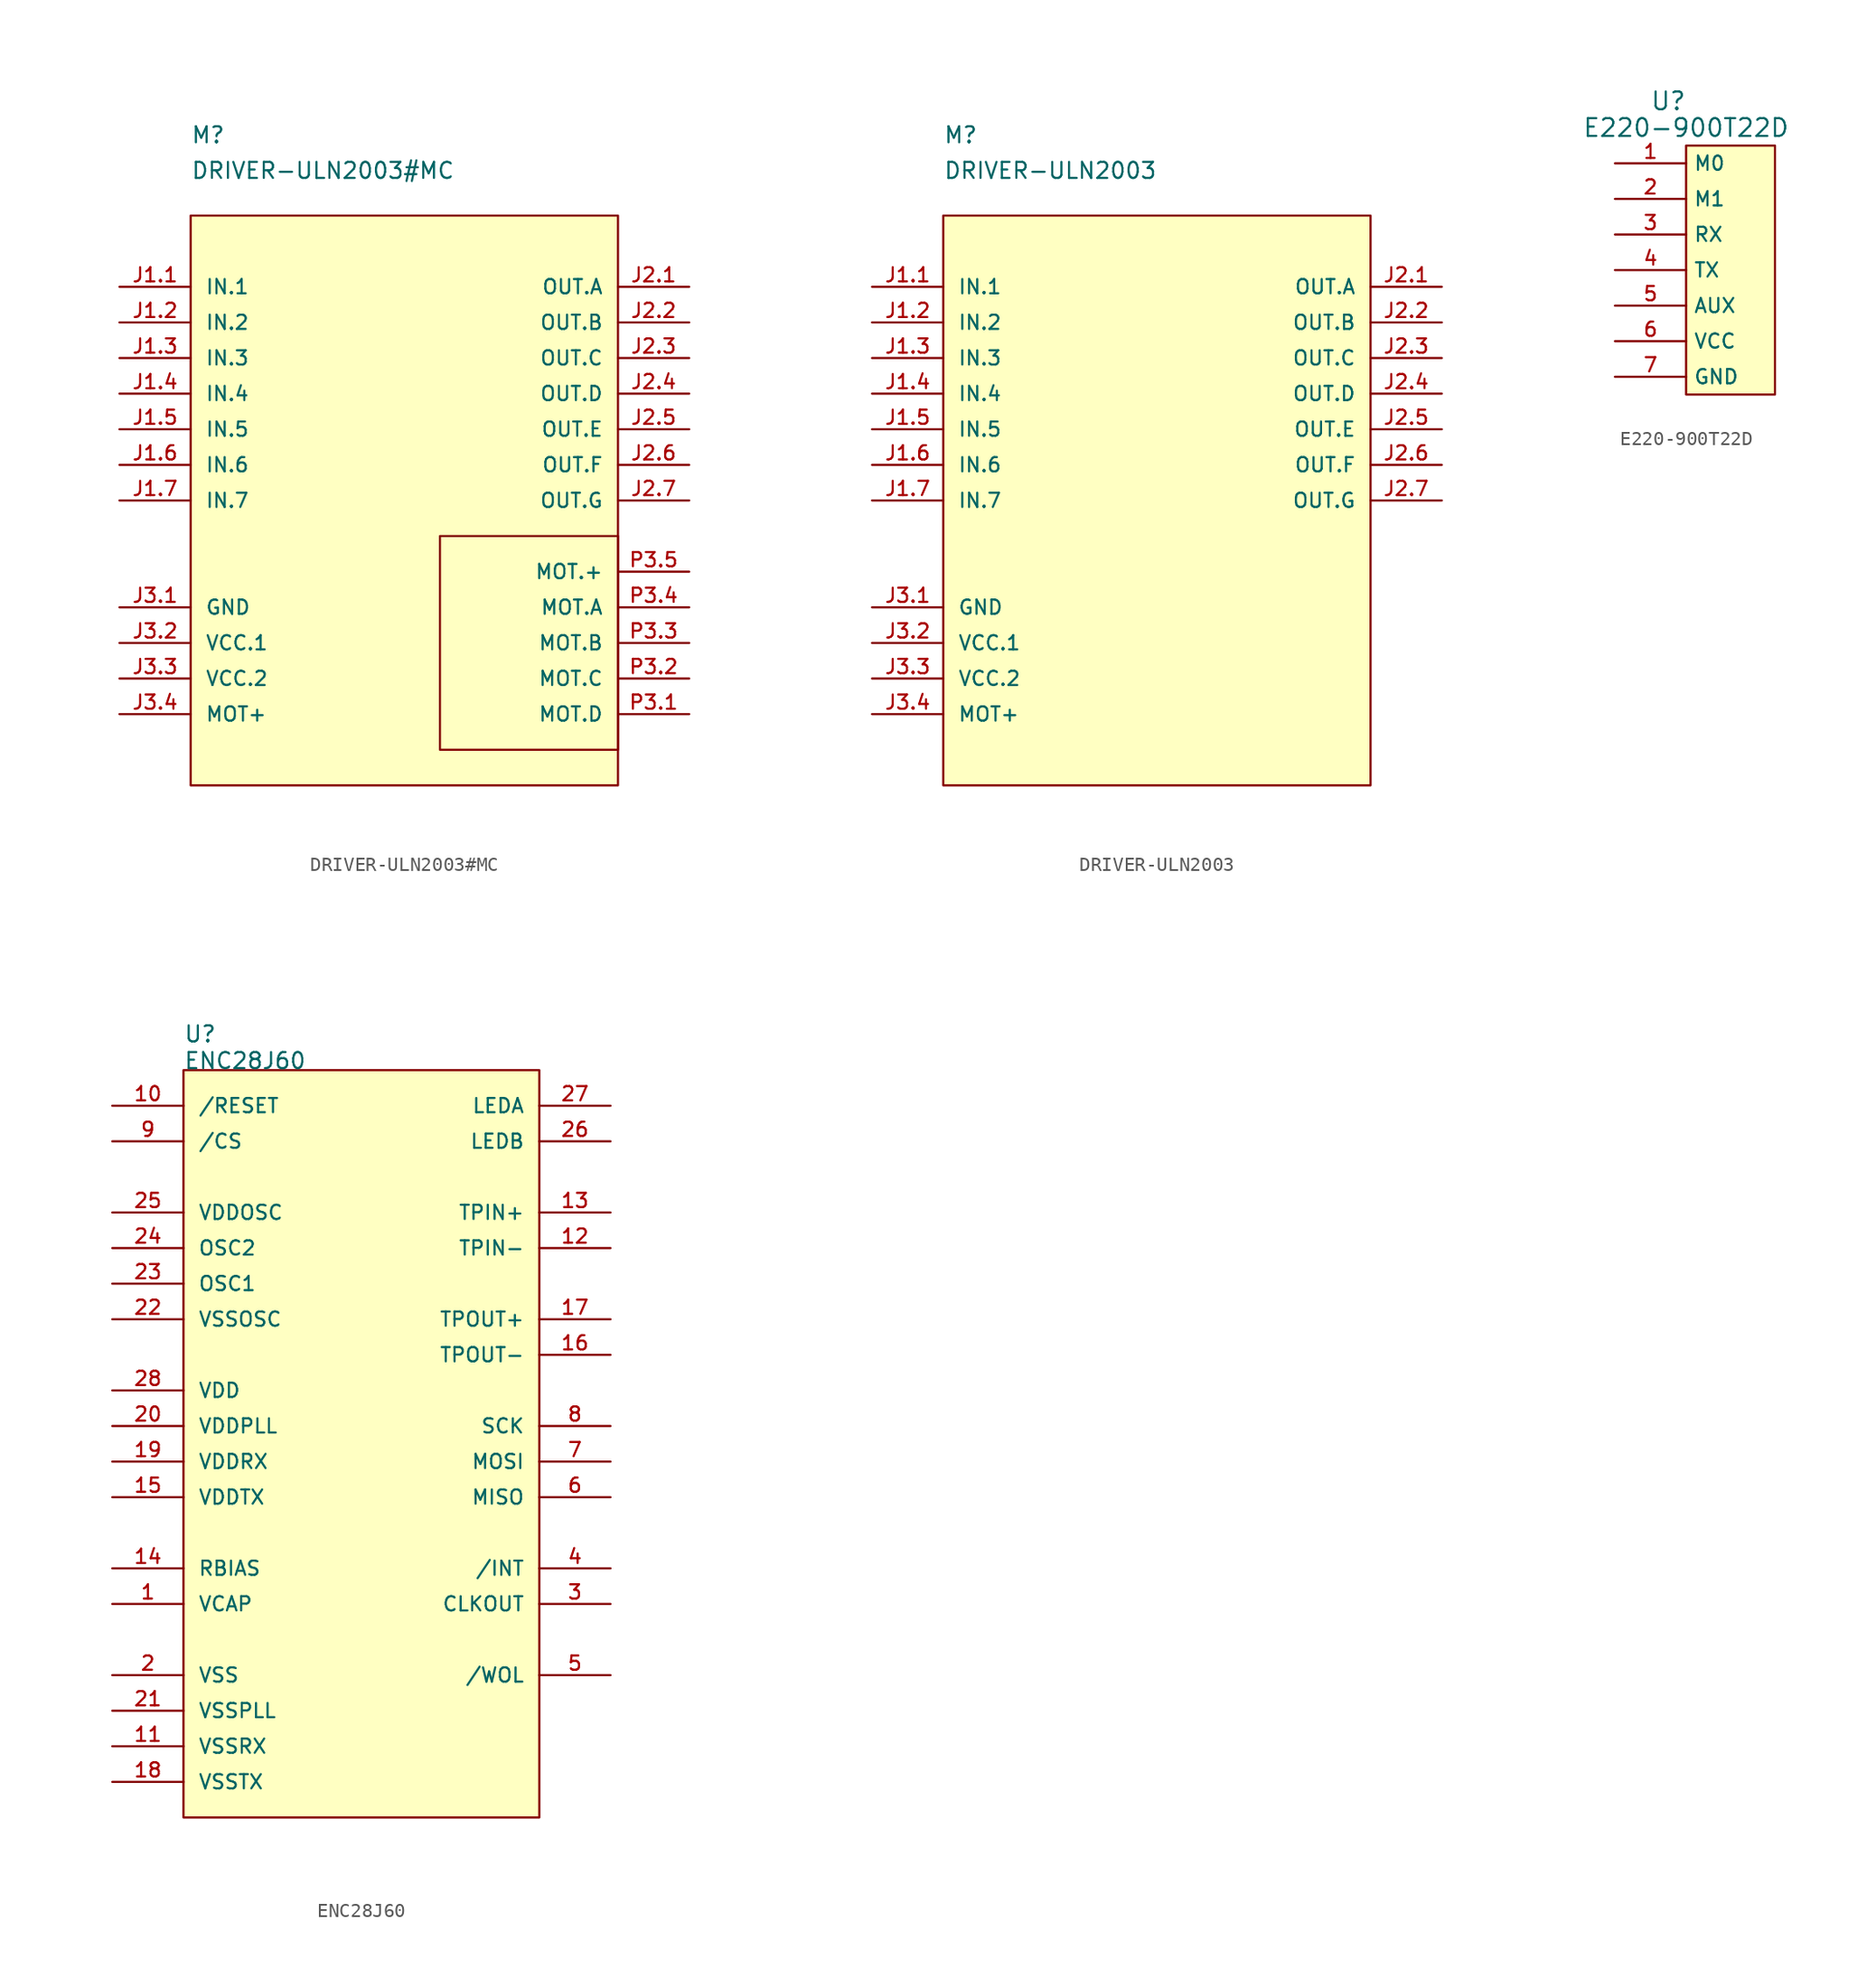
<source format=kicad_sym>
(kicad_symbol_lib
  (version 20211014)
  (generator kicad_symbol_editor)
  (symbol "DRIVER-ULN2003#MC"
    (pin_names
      (offset 1.016))
    (property "Reference" "M"
      (at -15.24 25.4 0)
      (effects (font (size 1.143 1.143)) (justify left bottom)))
    (property "Value" "DRIVER-ULN2003#MC"
      (at -15.24 22.86 0)
      (effects (font (size 1.143 1.143)) (justify left bottom)))
    (property "ki_locked" ""
      (at 0 0 0)
      (effects (font (size 1.27 1.27))))
    (symbol "DRIVER-ULN2003#MC_1_0"
      (rectangle (start -15.24 20.32) (end 15.24 -20.32) (stroke (width 0) (type default) (color 0 0 0 0)) (fill (type background)))
      (rectangle (start 2.54 -2.54) (end 15.24 -17.78) (stroke (width 0) (type default) (color 0 0 0 0)) (fill (type none))))
    (symbol "DRIVER-ULN2003#MC_1_1"
      (pin bidirectional line (at -20.32 15.24 0) (length 5.08) (name "IN.1" (effects (font (size 1.016 1.016)))) (number "J1.1" (effects (font (size 1.016 1.016)))))
      (pin bidirectional line (at -20.32 12.7 0) (length 5.08) (name "IN.2" (effects (font (size 1.016 1.016)))) (number "J1.2" (effects (font (size 1.016 1.016)))))
      (pin bidirectional line (at -20.32 10.16 0) (length 5.08) (name "IN.3" (effects (font (size 1.016 1.016)))) (number "J1.3" (effects (font (size 1.016 1.016)))))
      (pin bidirectional line (at -20.32 7.62 0) (length 5.08) (name "IN.4" (effects (font (size 1.016 1.016)))) (number "J1.4" (effects (font (size 1.016 1.016)))))
      (pin bidirectional line (at -20.32 5.08 0) (length 5.08) (name "IN.5" (effects (font (size 1.016 1.016)))) (number "J1.5" (effects (font (size 1.016 1.016)))))
      (pin bidirectional line (at -20.32 2.54 0) (length 5.08) (name "IN.6" (effects (font (size 1.016 1.016)))) (number "J1.6" (effects (font (size 1.016 1.016)))))
      (pin bidirectional line (at -20.32 0 0) (length 5.08) (name "IN.7" (effects (font (size 1.016 1.016)))) (number "J1.7" (effects (font (size 1.016 1.016)))))
      (pin bidirectional line (at 20.32 15.24 180) (length 5.08) (name "OUT.A" (effects (font (size 1.016 1.016)))) (number "J2.1" (effects (font (size 1.016 1.016)))))
      (pin bidirectional line (at 20.32 12.7 180) (length 5.08) (name "OUT.B" (effects (font (size 1.016 1.016)))) (number "J2.2" (effects (font (size 1.016 1.016)))))
      (pin bidirectional line (at 20.32 10.16 180) (length 5.08) (name "OUT.C" (effects (font (size 1.016 1.016)))) (number "J2.3" (effects (font (size 1.016 1.016)))))
      (pin bidirectional line (at 20.32 7.62 180) (length 5.08) (name "OUT.D" (effects (font (size 1.016 1.016)))) (number "J2.4" (effects (font (size 1.016 1.016)))))
      (pin bidirectional line (at 20.32 5.08 180) (length 5.08) (name "OUT.E" (effects (font (size 1.016 1.016)))) (number "J2.5" (effects (font (size 1.016 1.016)))))
      (pin bidirectional line (at 20.32 2.54 180) (length 5.08) (name "OUT.F" (effects (font (size 1.016 1.016)))) (number "J2.6" (effects (font (size 1.016 1.016)))))
      (pin bidirectional line (at 20.32 0 180) (length 5.08) (name "OUT.G" (effects (font (size 1.016 1.016)))) (number "J2.7" (effects (font (size 1.016 1.016)))))
      (pin power_in line (at -20.32 -7.62 0) (length 5.08) (name "GND" (effects (font (size 1.016 1.016)))) (number "J3.1" (effects (font (size 1.016 1.016)))))
      (pin power_in line (at -20.32 -10.16 0) (length 5.08) (name "VCC.1" (effects (font (size 1.016 1.016)))) (number "J3.2" (effects (font (size 1.016 1.016)))))
      (pin bidirectional line (at -20.32 -12.7 0) (length 5.08) (name "VCC.2" (effects (font (size 1.016 1.016)))) (number "J3.3" (effects (font (size 1.016 1.016)))))
      (pin bidirectional line (at -20.32 -15.24 0) (length 5.08) (name "MOT+" (effects (font (size 1.016 1.016)))) (number "J3.4" (effects (font (size 1.016 1.016)))))
      (pin bidirectional line (at 20.32 -15.24 180) (length 5.08) (name "MOT.D" (effects (font (size 1.016 1.016)))) (number "P3.1" (effects (font (size 1.016 1.016)))))
      (pin bidirectional line (at 20.32 -12.7 180) (length 5.08) (name "MOT.C" (effects (font (size 1.016 1.016)))) (number "P3.2" (effects (font (size 1.016 1.016)))))
      (pin bidirectional line (at 20.32 -10.16 180) (length 5.08) (name "MOT.B" (effects (font (size 1.016 1.016)))) (number "P3.3" (effects (font (size 1.016 1.016)))))
      (pin bidirectional line (at 20.32 -7.62 180) (length 5.08) (name "MOT.A" (effects (font (size 1.016 1.016)))) (number "P3.4" (effects (font (size 1.016 1.016)))))
      (pin bidirectional line (at 20.32 -5.08 180) (length 5.08) (name "MOT.+" (effects (font (size 1.016 1.016)))) (number "P3.5" (effects (font (size 1.016 1.016)))))))
  (symbol "DRIVER-ULN2003"
    (pin_names
      (offset 1.016))
    (property "Reference" "M"
      (at -15.24 25.4 0)
      (effects (font (size 1.143 1.143)) (justify left bottom)))
    (property "Value" "DRIVER-ULN2003"
      (at -15.24 22.86 0)
      (effects (font (size 1.143 1.143)) (justify left bottom)))
    (property "ki_locked" ""
      (at 0 0 0)
      (effects (font (size 1.27 1.27))))
    (symbol "DRIVER-ULN2003_1_0"
      (rectangle (start -15.24 20.32) (end 15.24 -20.32) (stroke (width 0) (type default) (color 0 0 0 0)) (fill (type background))))
    (symbol "DRIVER-ULN2003_1_1"
      (pin bidirectional line (at -20.32 15.24 0) (length 5.08) (name "IN.1" (effects (font (size 1.016 1.016)))) (number "J1.1" (effects (font (size 1.016 1.016)))))
      (pin bidirectional line (at -20.32 12.7 0) (length 5.08) (name "IN.2" (effects (font (size 1.016 1.016)))) (number "J1.2" (effects (font (size 1.016 1.016)))))
      (pin bidirectional line (at -20.32 10.16 0) (length 5.08) (name "IN.3" (effects (font (size 1.016 1.016)))) (number "J1.3" (effects (font (size 1.016 1.016)))))
      (pin bidirectional line (at -20.32 7.62 0) (length 5.08) (name "IN.4" (effects (font (size 1.016 1.016)))) (number "J1.4" (effects (font (size 1.016 1.016)))))
      (pin bidirectional line (at -20.32 5.08 0) (length 5.08) (name "IN.5" (effects (font (size 1.016 1.016)))) (number "J1.5" (effects (font (size 1.016 1.016)))))
      (pin bidirectional line (at -20.32 2.54 0) (length 5.08) (name "IN.6" (effects (font (size 1.016 1.016)))) (number "J1.6" (effects (font (size 1.016 1.016)))))
      (pin bidirectional line (at -20.32 0 0) (length 5.08) (name "IN.7" (effects (font (size 1.016 1.016)))) (number "J1.7" (effects (font (size 1.016 1.016)))))
      (pin bidirectional line (at 20.32 15.24 180) (length 5.08) (name "OUT.A" (effects (font (size 1.016 1.016)))) (number "J2.1" (effects (font (size 1.016 1.016)))))
      (pin bidirectional line (at 20.32 12.7 180) (length 5.08) (name "OUT.B" (effects (font (size 1.016 1.016)))) (number "J2.2" (effects (font (size 1.016 1.016)))))
      (pin bidirectional line (at 20.32 10.16 180) (length 5.08) (name "OUT.C" (effects (font (size 1.016 1.016)))) (number "J2.3" (effects (font (size 1.016 1.016)))))
      (pin bidirectional line (at 20.32 7.62 180) (length 5.08) (name "OUT.D" (effects (font (size 1.016 1.016)))) (number "J2.4" (effects (font (size 1.016 1.016)))))
      (pin bidirectional line (at 20.32 5.08 180) (length 5.08) (name "OUT.E" (effects (font (size 1.016 1.016)))) (number "J2.5" (effects (font (size 1.016 1.016)))))
      (pin bidirectional line (at 20.32 2.54 180) (length 5.08) (name "OUT.F" (effects (font (size 1.016 1.016)))) (number "J2.6" (effects (font (size 1.016 1.016)))))
      (pin bidirectional line (at 20.32 0 180) (length 5.08) (name "OUT.G" (effects (font (size 1.016 1.016)))) (number "J2.7" (effects (font (size 1.016 1.016)))))
      (pin power_in line (at -20.32 -7.62 0) (length 5.08) (name "GND" (effects (font (size 1.016 1.016)))) (number "J3.1" (effects (font (size 1.016 1.016)))))
      (pin power_in line (at -20.32 -10.16 0) (length 5.08) (name "VCC.1" (effects (font (size 1.016 1.016)))) (number "J3.2" (effects (font (size 1.016 1.016)))))
      (pin bidirectional line (at -20.32 -12.7 0) (length 5.08) (name "VCC.2" (effects (font (size 1.016 1.016)))) (number "J3.3" (effects (font (size 1.016 1.016)))))
      (pin bidirectional line (at -20.32 -15.24 0) (length 5.08) (name "MOT+" (effects (font (size 1.016 1.016)))) (number "J3.4" (effects (font (size 1.016 1.016)))))))
  (symbol "E220-900T22D"
    (property "Reference" "U"
      (at -1.27 12.065 0)
      (effects (font (size 1.27 1.27))))
    (property "Value" "E220-900T22D"
      (at 0 10.16 0)
      (effects (font (size 1.27 1.27))))
    (symbol "E220-900T22D_0_1"
      (rectangle (start 0 8.89) (end 6.35 -8.89) (stroke (width 0) (type default) (color 0 0 0 0)) (fill (type background))))
    (symbol "E220-900T22D_1_1"
      (pin input line (at -5.08 7.62 0) (length 5.08) (name "M0" (effects (font (size 1.016 1.016)))) (number "1" (effects (font (size 1.016 1.016)))))
      (pin input line (at -5.08 5.08 0) (length 5.08) (name "M1" (effects (font (size 1.016 1.016)))) (number "2" (effects (font (size 1.016 1.016)))))
      (pin input line (at -5.08 2.54 0) (length 5.08) (name "RX" (effects (font (size 1.016 1.016)))) (number "3" (effects (font (size 1.016 1.016)))))
      (pin output line (at -5.08 0 0) (length 5.08) (name "TX" (effects (font (size 1.016 1.016)))) (number "4" (effects (font (size 1.016 1.016)))))
      (pin output line (at -5.08 -2.54 0) (length 5.08) (name "AUX" (effects (font (size 1.016 1.016)))) (number "5" (effects (font (size 1.016 1.016)))))
      (pin input line (at -5.08 -5.08 0) (length 5.08) (name "VCC" (effects (font (size 1.016 1.016)))) (number "6" (effects (font (size 1.016 1.016)))))
      (pin input line (at -5.08 -7.62 0) (length 5.08) (name "GND" (effects (font (size 1.016 1.016)))) (number "7" (effects (font (size 1.016 1.016)))))))
  (symbol "ENC28J60"
    (pin_names
      (offset 1.016))
    (property "Reference" "U"
      (at -12.7 27.305 0)
      (effects (font (size 1.143 1.143)) (justify left bottom)))
    (property "Value" "ENC28J60"
      (at -12.7 25.4 0)
      (effects (font (size 1.143 1.143)) (justify left bottom)))
    (property "ki_locked" ""
      (at 0 0 0)
      (effects (font (size 1.27 1.27))))
    (symbol "ENC28J60_1_1"
      (rectangle (start -12.7 25.4) (end 12.7 -27.94) (stroke (width 0) (type default) (color 0 0 0 0)) (fill (type background)))
      (pin bidirectional line (at -17.78 -12.7 0) (length 5.08) (name "VCAP" (effects (font (size 1.016 1.016)))) (number "1" (effects (font (size 1.016 1.016)))))
      (pin bidirectional line (at -17.78 22.86 0) (length 5.08) (name "/RESET" (effects (font (size 1.016 1.016)))) (number "10" (effects (font (size 1.016 1.016)))))
      (pin bidirectional line (at -17.78 -22.86 0) (length 5.08) (name "VSSRX" (effects (font (size 1.016 1.016)))) (number "11" (effects (font (size 1.016 1.016)))))
      (pin bidirectional line (at 17.78 12.7 180) (length 5.08) (name "TPIN-" (effects (font (size 1.016 1.016)))) (number "12" (effects (font (size 1.016 1.016)))))
      (pin bidirectional line (at 17.78 15.24 180) (length 5.08) (name "TPIN+" (effects (font (size 1.016 1.016)))) (number "13" (effects (font (size 1.016 1.016)))))
      (pin bidirectional line (at -17.78 -10.16 0) (length 5.08) (name "RBIAS" (effects (font (size 1.016 1.016)))) (number "14" (effects (font (size 1.016 1.016)))))
      (pin bidirectional line (at -17.78 -5.08 0) (length 5.08) (name "VDDTX" (effects (font (size 1.016 1.016)))) (number "15" (effects (font (size 1.016 1.016)))))
      (pin bidirectional line (at 17.78 5.08 180) (length 5.08) (name "TPOUT-" (effects (font (size 1.016 1.016)))) (number "16" (effects (font (size 1.016 1.016)))))
      (pin bidirectional line (at 17.78 7.62 180) (length 5.08) (name "TPOUT+" (effects (font (size 1.016 1.016)))) (number "17" (effects (font (size 1.016 1.016)))))
      (pin bidirectional line (at -17.78 -25.4 0) (length 5.08) (name "VSSTX" (effects (font (size 1.016 1.016)))) (number "18" (effects (font (size 1.016 1.016)))))
      (pin bidirectional line (at -17.78 -2.54 0) (length 5.08) (name "VDDRX" (effects (font (size 1.016 1.016)))) (number "19" (effects (font (size 1.016 1.016)))))
      (pin bidirectional line (at -17.78 -17.78 0) (length 5.08) (name "VSS" (effects (font (size 1.016 1.016)))) (number "2" (effects (font (size 1.016 1.016)))))
      (pin bidirectional line (at -17.78 0 0) (length 5.08) (name "VDDPLL" (effects (font (size 1.016 1.016)))) (number "20" (effects (font (size 1.016 1.016)))))
      (pin bidirectional line (at -17.78 -20.32 0) (length 5.08) (name "VSSPLL" (effects (font (size 1.016 1.016)))) (number "21" (effects (font (size 1.016 1.016)))))
      (pin bidirectional line (at -17.78 7.62 0) (length 5.08) (name "VSSOSC" (effects (font (size 1.016 1.016)))) (number "22" (effects (font (size 1.016 1.016)))))
      (pin bidirectional line (at -17.78 10.16 0) (length 5.08) (name "OSC1" (effects (font (size 1.016 1.016)))) (number "23" (effects (font (size 1.016 1.016)))))
      (pin bidirectional line (at -17.78 12.7 0) (length 5.08) (name "OSC2" (effects (font (size 1.016 1.016)))) (number "24" (effects (font (size 1.016 1.016)))))
      (pin bidirectional line (at -17.78 15.24 0) (length 5.08) (name "VDDOSC" (effects (font (size 1.016 1.016)))) (number "25" (effects (font (size 1.016 1.016)))))
      (pin bidirectional line (at 17.78 20.32 180) (length 5.08) (name "LEDB" (effects (font (size 1.016 1.016)))) (number "26" (effects (font (size 1.016 1.016)))))
      (pin bidirectional line (at 17.78 22.86 180) (length 5.08) (name "LEDA" (effects (font (size 1.016 1.016)))) (number "27" (effects (font (size 1.016 1.016)))))
      (pin bidirectional line (at -17.78 2.54 0) (length 5.08) (name "VDD" (effects (font (size 1.016 1.016)))) (number "28" (effects (font (size 1.016 1.016)))))
      (pin bidirectional line (at 17.78 -12.7 180) (length 5.08) (name "CLKOUT" (effects (font (size 1.016 1.016)))) (number "3" (effects (font (size 1.016 1.016)))))
      (pin bidirectional line (at 17.78 -10.16 180) (length 5.08) (name "/INT" (effects (font (size 1.016 1.016)))) (number "4" (effects (font (size 1.016 1.016)))))
      (pin bidirectional line (at 17.78 -17.78 180) (length 5.08) (name "/WOL" (effects (font (size 1.016 1.016)))) (number "5" (effects (font (size 1.016 1.016)))))
      (pin bidirectional line (at 17.78 -5.08 180) (length 5.08) (name "MISO" (effects (font (size 1.016 1.016)))) (number "6" (effects (font (size 1.016 1.016)))))
      (pin bidirectional line (at 17.78 -2.54 180) (length 5.08) (name "MOSI" (effects (font (size 1.016 1.016)))) (number "7" (effects (font (size 1.016 1.016)))))
      (pin bidirectional line (at 17.78 0 180) (length 5.08) (name "SCK" (effects (font (size 1.016 1.016)))) (number "8" (effects (font (size 1.016 1.016)))))
      (pin bidirectional line (at -17.78 20.32 0) (length 5.08) (name "/CS" (effects (font (size 1.016 1.016)))) (number "9" (effects (font (size 1.016 1.016))))))))
</source>
